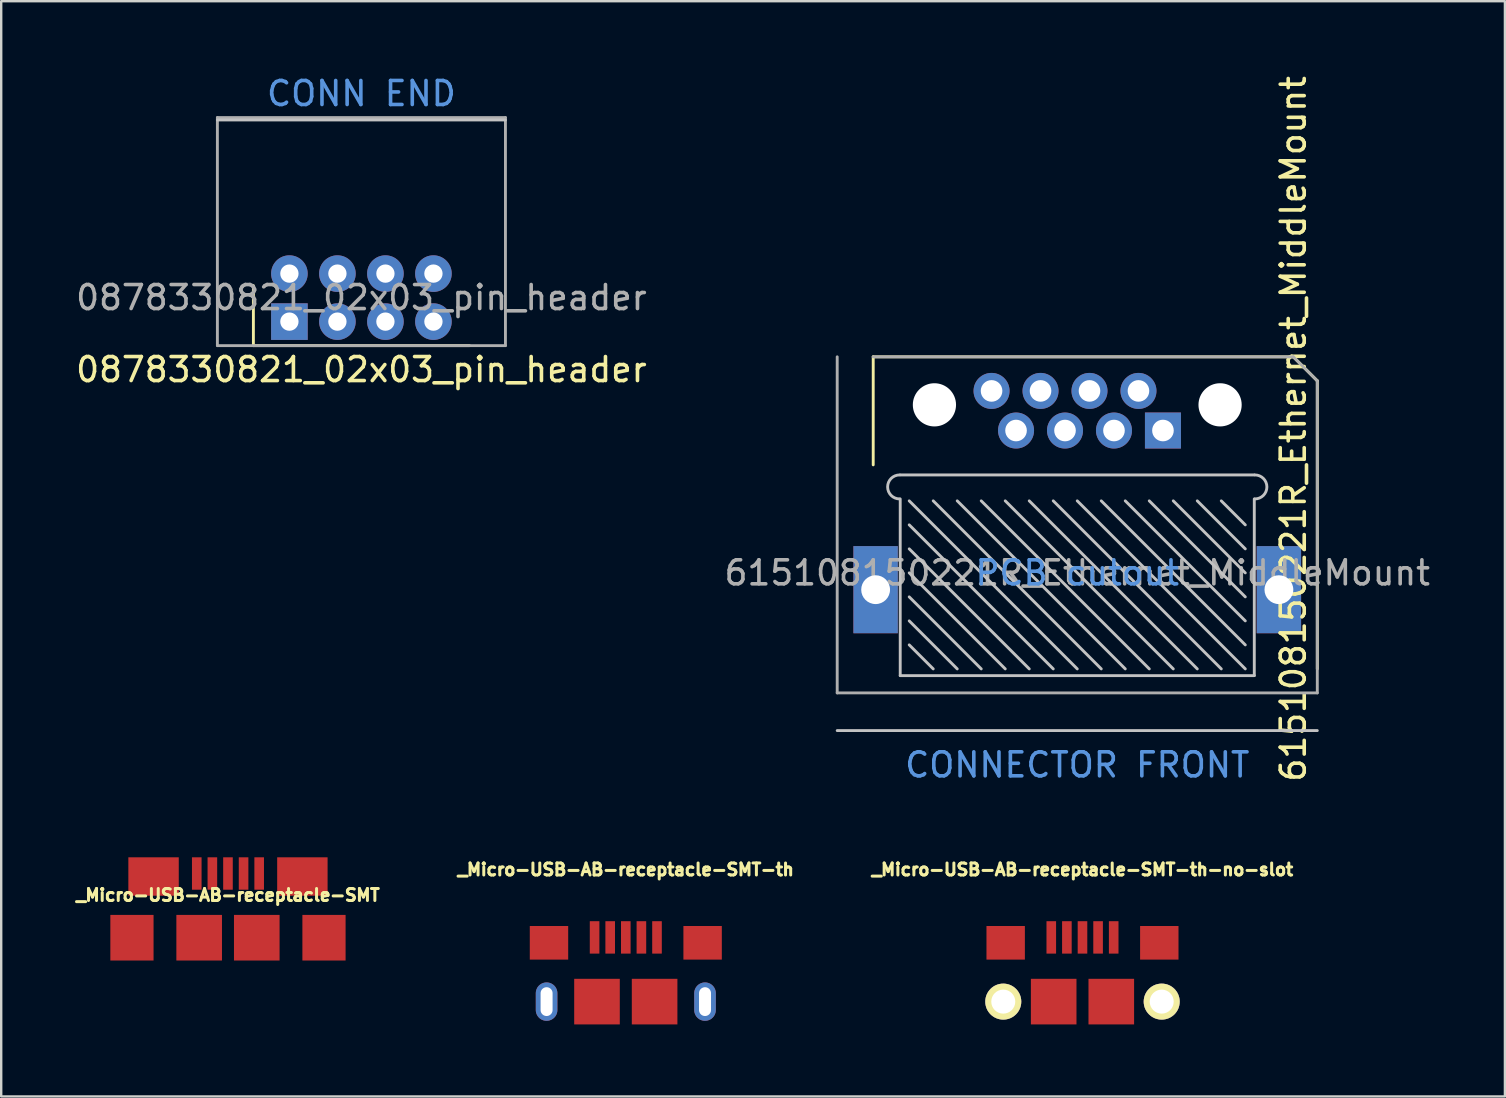
<source format=kicad_pcb>
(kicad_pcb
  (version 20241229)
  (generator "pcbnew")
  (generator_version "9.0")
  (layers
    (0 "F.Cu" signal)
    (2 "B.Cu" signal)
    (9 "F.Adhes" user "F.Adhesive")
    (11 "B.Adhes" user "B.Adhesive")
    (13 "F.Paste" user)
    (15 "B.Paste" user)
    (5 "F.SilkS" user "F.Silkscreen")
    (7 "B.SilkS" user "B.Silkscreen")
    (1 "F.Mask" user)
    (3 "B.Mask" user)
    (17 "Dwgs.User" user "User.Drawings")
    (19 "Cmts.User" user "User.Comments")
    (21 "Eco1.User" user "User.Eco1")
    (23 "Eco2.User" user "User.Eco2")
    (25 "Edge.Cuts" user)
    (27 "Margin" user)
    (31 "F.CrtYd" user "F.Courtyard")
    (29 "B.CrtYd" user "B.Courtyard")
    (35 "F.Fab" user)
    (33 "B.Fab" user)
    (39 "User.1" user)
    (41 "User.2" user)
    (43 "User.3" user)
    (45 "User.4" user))
  (footprint "_Micro-USB-AB-receptacle-SMT-th-no-slot"
    (layer "F.Cu")
    (at 42.045 38.676)
    (property "Reference" "_Micro-USB-AB-receptacle-SMT-th-no-slot" (at 0 -5.5 0) (layer "F.SilkS") (effects (font (size 0.5 0.5) (thickness 0.125))))
    (attr through_hole)
    (pad "1" smd rect (at -1.3 -2.675) (size 0.4 1.35) (layers "F.Cu" "F.Mask" "F.Paste"))
    (pad "2" smd rect (at -0.65 -2.675) (size 0.4 1.35) (layers "F.Cu" "F.Mask" "F.Paste"))
    (pad "3" smd rect (at 0 -2.675) (size 0.4 1.35) (layers "F.Cu" "F.Mask" "F.Paste"))
    (pad "4" smd rect (at 0.65 -2.675) (size 0.4 1.35) (layers "F.Cu" "F.Mask" "F.Paste"))
    (pad "5" smd rect (at 1.3 -2.675) (size 0.4 1.35) (layers "F.Cu" "F.Mask" "F.Paste"))
    (pad "6" thru_hole circle (at -3.3 0) (size 1.5 1.5) (drill 1) (layers "*.Cu" "*.Mask" "F.SilkS"))
    (pad "6" smd rect (at -3.2 -2.45) (size 1.6 1.4) (layers "F.Cu" "F.Mask" "F.Paste"))
    (pad "6" smd rect (at -1.2 0) (size 1.9 1.9) (layers "F.Cu" "F.Mask" "F.Paste"))
    (pad "6" smd rect (at 1.2 0) (size 1.9 1.9) (layers "F.Cu" "F.Mask" "F.Paste"))
    (pad "6" smd rect (at 3.2 -2.45) (size 1.6 1.4) (layers "F.Cu" "F.Mask" "F.Paste"))
    (pad "6" thru_hole circle (at 3.3 0) (size 1.5 1.5) (drill 1) (layers "*.Cu" "*.Mask" "F.SilkS")))
  (footprint "_Micro-USB-AB-receptacle-SMT-th"
    (layer "F.Cu")
    (at 23.02 38.676)
    (property "Reference" "_Micro-USB-AB-receptacle-SMT-th" (at 0 -5.5 0) (layer "F.SilkS") (effects (font (size 0.5 0.5) (thickness 0.125))))
    (attr through_hole)
    (pad "1" smd rect (at -1.3 -2.675) (size 0.4 1.35) (layers "F.Cu" "F.Mask"))
    (pad "2" smd rect (at -0.65 -2.675) (size 0.4 1.35) (layers "F.Cu" "F.Mask"))
    (pad "3" smd rect (at 0 -2.675) (size 0.4 1.35) (layers "F.Cu" "F.Mask"))
    (pad "4" smd rect (at 0.65 -2.675) (size 0.4 1.35) (layers "F.Cu" "F.Mask"))
    (pad "5" smd rect (at 1.3 -2.675) (size 0.4 1.35) (layers "F.Cu" "F.Mask"))
    (pad "6" thru_hole oval (at -3.3 0) (size 0.9 1.6) (drill oval 0.5 1.2) (layers "*.Cu" "*.Mask"))
    (pad "6" smd rect (at -3.2 -2.45) (size 1.6 1.4) (layers "F.Cu" "F.Mask"))
    (pad "6" smd rect (at -1.2 0) (size 1.9 1.9) (layers "F.Cu" "F.Mask"))
    (pad "6" smd rect (at 1.2 0) (size 1.9 1.9) (layers "F.Cu" "F.Mask"))
    (pad "6" smd rect (at 3.2 -2.45) (size 1.6 1.4) (layers "F.Cu" "F.Mask"))
    (pad "6" thru_hole oval (at 3.3 0) (size 0.9 1.6) (drill oval 0.5 1.2) (layers "*.Cu" "*.Mask")))
  (footprint "0878330821_02x03_pin_header"
    (layer "F.Cu")
    (at 12.006 9.348)
    (property "Reference" "0878330821_02x03_pin_header" (at 0 3 0) (layer "F.SilkS") (effects (font (size 1 1) (thickness 0.15))))
    (attr through_hole)
    (fp_line (start -4.5 2) (end -4.5 -0.5) (stroke (width 0.12) (type solid)) (layer "F.SilkS"))
    (fp_line (start -4.5 2) (end 4.5 2) (stroke (width 0.12) (type solid)) (layer "F.SilkS"))
    (fp_line (start -6 -7.4) (end 6 -7.4) (stroke (width 0.12) (type solid)) (layer "Dwgs.User"))
    (fp_line (start -6 -7.5) (end 6 -7.5) (stroke (width 0.12) (type solid)) (layer "F.Fab"))
    (fp_line (start -6 2) (end -6 -7.5) (stroke (width 0.12) (type solid)) (layer "F.Fab"))
    (fp_line (start 6 -7.5) (end 6 2) (stroke (width 0.12) (type solid)) (layer "F.Fab"))
    (fp_line (start 6 2) (end -6 2) (stroke (width 0.12) (type solid)) (layer "F.Fab"))
    (fp_text user "CONN END" (at 0 -8.5 0) (layer "Cmts.User") (effects (font (size 1 1) (thickness 0.15))))
    (fp_text user "${REFERENCE}" (at 0 0 0) (layer "F.Fab") (effects (font (size 1 1) (thickness 0.15))))
    (pad "1" thru_hole rect (at -3 1) (size 1.524 1.524) (drill 0.762) (layers "*.Cu" "*.Mask"))
    (pad "2" thru_hole circle (at -3 -1) (size 1.524 1.524) (drill 0.762) (layers "*.Cu" "*.Mask"))
    (pad "3" thru_hole circle (at -1 1) (size 1.524 1.524) (drill 0.762) (layers "*.Cu" "*.Mask"))
    (pad "4" thru_hole circle (at -1 -1) (size 1.524 1.524) (drill 0.762) (layers "*.Cu" "*.Mask"))
    (pad "5" thru_hole circle (at 1 1) (size 1.524 1.524) (drill 0.762) (layers "*.Cu" "*.Mask"))
    (pad "6" thru_hole circle (at 1 -1) (size 1.524 1.524) (drill 0.762) (layers "*.Cu" "*.Mask"))
    (pad "7" thru_hole circle (at 3 1) (size 1.524 1.524) (drill 0.762) (layers "*.Cu" "*.Mask"))
    (pad "8" thru_hole circle (at 3 -1) (size 1.524 1.524) (drill 0.762) (layers "*.Cu" "*.Mask")))
  (footprint "_Micro-USB-AB-receptacle-SMT"
    (layer "F.Cu")
    (at 6.447 33.339)
    (property "Reference" "_Micro-USB-AB-receptacle-SMT" (at 0 0.9 0) (layer "F.SilkS") (effects (font (size 0.5 0.5) (thickness 0.125))))
    (attr through_hole)
    (pad "1" smd rect (at -1.3 0) (size 0.4 1.35) (layers "F.Cu" "F.Mask" "F.Paste"))
    (pad "2" smd rect (at -0.65 0) (size 0.4 1.35) (layers "F.Cu" "F.Mask" "F.Paste"))
    (pad "3" smd rect (at 0 0) (size 0.4 1.35) (layers "F.Cu" "F.Mask" "F.Paste"))
    (pad "4" smd rect (at 0.65 0) (size 0.4 1.35) (layers "F.Cu" "F.Mask" "F.Paste"))
    (pad "5" smd rect (at 1.3 0) (size 0.4 1.35) (layers "F.Cu" "F.Mask" "F.Paste"))
    (pad "6" smd rect (at -3.1 0.125) (size 2.1 1.6) (layers "F.Cu" "F.Mask" "F.Paste"))
    (pad "7" smd rect (at -4 2.675) (size 1.8 1.9) (layers "F.Cu" "F.Mask" "F.Paste"))
    (pad "8" smd rect (at -1.2 2.675) (size 1.9 1.9) (layers "F.Cu" "F.Mask" "F.Paste"))
    (pad "9" smd rect (at 1.2 2.675) (size 1.9 1.9) (layers "F.Cu" "F.Mask" "F.Paste"))
    (pad "10" smd rect (at 4 2.675) (size 1.8 1.9) (layers "F.Cu" "F.Mask" "F.Paste"))
    (pad "11" smd rect (at 3.1 0.125) (size 2.1 1.6) (layers "F.Cu" "F.Mask" "F.Paste")))
  (footprint "615108150221R_Ethernet_MiddleMount"
    (layer "F.Cu")
    (at 41.827 13.815)
    (property "Reference" "615108150221R_Ethernet_MiddleMount" (at 9 1 90) (layer "F.SilkS") (effects (font (size 1 1) (thickness 0.15))))
    (attr through_hole)
    (fp_line (start -8.5 -2) (end 9 -2) (stroke (width 0.12) (type solid)) (layer "F.SilkS"))
    (fp_line (start -8.5 2.5) (end -8.5 -2) (stroke (width 0.12) (type solid)) (layer "F.SilkS"))
    (fp_line (start 9 -2) (end 10 -1) (stroke (width 0.12) (type solid)) (layer "F.SilkS"))
    (fp_line (start 10 -1) (end 10 11) (stroke (width 0.12) (type solid)) (layer "F.SilkS"))
    (fp_line (start -10 13.57) (end 10 13.57) (stroke (width 0.12) (type solid)) (layer "Dwgs.User"))
    (fp_line (start -7.375 2.92) (end 7.375 2.92) (stroke (width 0.12) (type solid)) (layer "Dwgs.User"))
    (fp_line (start -7.375 11.28) (end -7.375 3.92) (stroke (width 0.12) (type solid)) (layer "Dwgs.User"))
    (fp_line (start -7.375 11.28) (end 7.375 11.28) (stroke (width 0.12) (type solid)) (layer "Dwgs.User"))
    (fp_line (start -7 4) (end 0 11) (stroke (width 0.12) (type solid)) (layer "Dwgs.User"))
    (fp_line (start -7 5) (end -1 11) (stroke (width 0.12) (type solid)) (layer "Dwgs.User"))
    (fp_line (start -7 6) (end -2 11) (stroke (width 0.12) (type solid)) (layer "Dwgs.User"))
    (fp_line (start -7 7) (end -3 11) (stroke (width 0.12) (type solid)) (layer "Dwgs.User"))
    (fp_line (start -7 8) (end -4 11) (stroke (width 0.12) (type solid)) (layer "Dwgs.User"))
    (fp_line (start -7 9) (end -5 11) (stroke (width 0.12) (type solid)) (layer "Dwgs.User"))
    (fp_line (start -7 10) (end -6 11) (stroke (width 0.12) (type solid)) (layer "Dwgs.User"))
    (fp_line (start -6 4) (end 1 11) (stroke (width 0.12) (type solid)) (layer "Dwgs.User"))
    (fp_line (start -5 4) (end 2 11) (stroke (width 0.12) (type solid)) (layer "Dwgs.User"))
    (fp_line (start -4 4) (end 3 11) (stroke (width 0.12) (type solid)) (layer "Dwgs.User"))
    (fp_line (start -3 4) (end 4 11) (stroke (width 0.12) (type solid)) (layer "Dwgs.User"))
    (fp_line (start -2 4) (end 5 11) (stroke (width 0.12) (type solid)) (layer "Dwgs.User"))
    (fp_line (start -1 4) (end 6 11) (stroke (width 0.12) (type solid)) (layer "Dwgs.User"))
    (fp_line (start 0 4) (end 7 11) (stroke (width 0.12) (type solid)) (layer "Dwgs.User"))
    (fp_line (start 1 4) (end 7 10) (stroke (width 0.12) (type solid)) (layer "Dwgs.User"))
    (fp_line (start 2 4) (end 7 9) (stroke (width 0.12) (type solid)) (layer "Dwgs.User"))
    (fp_line (start 3 4) (end 7 8) (stroke (width 0.12) (type solid)) (layer "Dwgs.User"))
    (fp_line (start 4 4) (end 7 7) (stroke (width 0.12) (type solid)) (layer "Dwgs.User"))
    (fp_line (start 5 4) (end 7 6) (stroke (width 0.12) (type solid)) (layer "Dwgs.User"))
    (fp_line (start 6 4) (end 7 5) (stroke (width 0.12) (type solid)) (layer "Dwgs.User"))
    (fp_line (start 7.375 11.28) (end 7.375 3.92) (stroke (width 0.12) (type solid)) (layer "Dwgs.User"))
    (fp_arc (start -7.4 3.92) (mid -7.9 3.42) (end -7.4 2.92) (stroke (width 0.12) (type solid)) (layer "Dwgs.User"))
    (fp_arc (start 7.4 2.92) (mid 7.9 3.42) (end 7.4 3.92) (stroke (width 0.12) (type solid)) (layer "Dwgs.User"))
    (fp_line (start -10 12) (end -10 -2) (stroke (width 0.12) (type solid)) (layer "F.Fab"))
    (fp_line (start -8.5 -2) (end 9 -2) (stroke (width 0.12) (type solid)) (layer "F.Fab"))
    (fp_line (start 9 -2) (end 10 -1) (stroke (width 0.12) (type solid)) (layer "F.Fab"))
    (fp_line (start 10 -1) (end 10 12) (stroke (width 0.12) (type solid)) (layer "F.Fab"))
    (fp_line (start 10 12) (end -10 12) (stroke (width 0.12) (type solid)) (layer "F.Fab"))
    (fp_text user "PCB cutout" (at 0 7 0) (layer "Cmts.User") (effects (font (size 1 1) (thickness 0.15))))
    (fp_text user "CONNECTOR FRONT" (at 0 15 0) (layer "Cmts.User") (effects (font (size 1 1) (thickness 0.15))))
    (fp_text user "${REFERENCE}" (at 0 7 0) (layer "F.Fab") (effects (font (size 1 1) (thickness 0.15))))
    (pad "" np_thru_hole rect (at -8.4 7.7) (size 1.85 3.63) (drill 1.2) (layers "*.Cu" "*.Mask" "F.Paste"))
    (pad "" np_thru_hole circle (at -5.95 0) (size 1.8 1.8) (drill 1.8) (layers "*.Cu" "*.Mask"))
    (pad "" np_thru_hole circle (at 5.95 0) (size 1.8 1.8) (drill 1.8) (layers "*.Cu" "*.Mask"))
    (pad "" np_thru_hole rect (at 8.4 7.7) (size 1.85 3.63) (drill 1.2) (layers "*.Cu" "*.Mask" "F.Paste"))
    (pad "1" thru_hole rect (at 3.57 1.07) (size 1.5 1.5) (drill 0.9) (layers "*.Cu" "*.Mask"))
    (pad "2" thru_hole circle (at 2.55 -0.58) (size 1.5 1.5) (drill 0.9) (layers "*.Cu" "*.Mask"))
    (pad "3" thru_hole circle (at 1.53 1.07) (size 1.5 1.5) (drill 0.9) (layers "*.Cu" "*.Mask"))
    (pad "4" thru_hole circle (at 0.51 -0.58) (size 1.5 1.5) (drill 0.9) (layers "*.Cu" "*.Mask"))
    (pad "5" thru_hole circle (at -0.51 1.07) (size 1.5 1.5) (drill 0.9) (layers "*.Cu" "*.Mask"))
    (pad "6" thru_hole circle (at -1.53 -0.58) (size 1.5 1.5) (drill 0.9) (layers "*.Cu" "*.Mask"))
    (pad "7" thru_hole circle (at -2.55 1.07) (size 1.5 1.5) (drill 0.9) (layers "*.Cu" "*.Mask"))
    (pad "8" thru_hole circle (at -3.57 -0.58) (size 1.5 1.5) (drill 0.9) (layers "*.Cu" "*.Mask")))
  (gr_rect
    (start -3 -3)
    (end 59.643 42.626)
    (stroke (width 0.1) (type default))
    (fill no)
    (layer "Edge.Cuts")))
</source>
